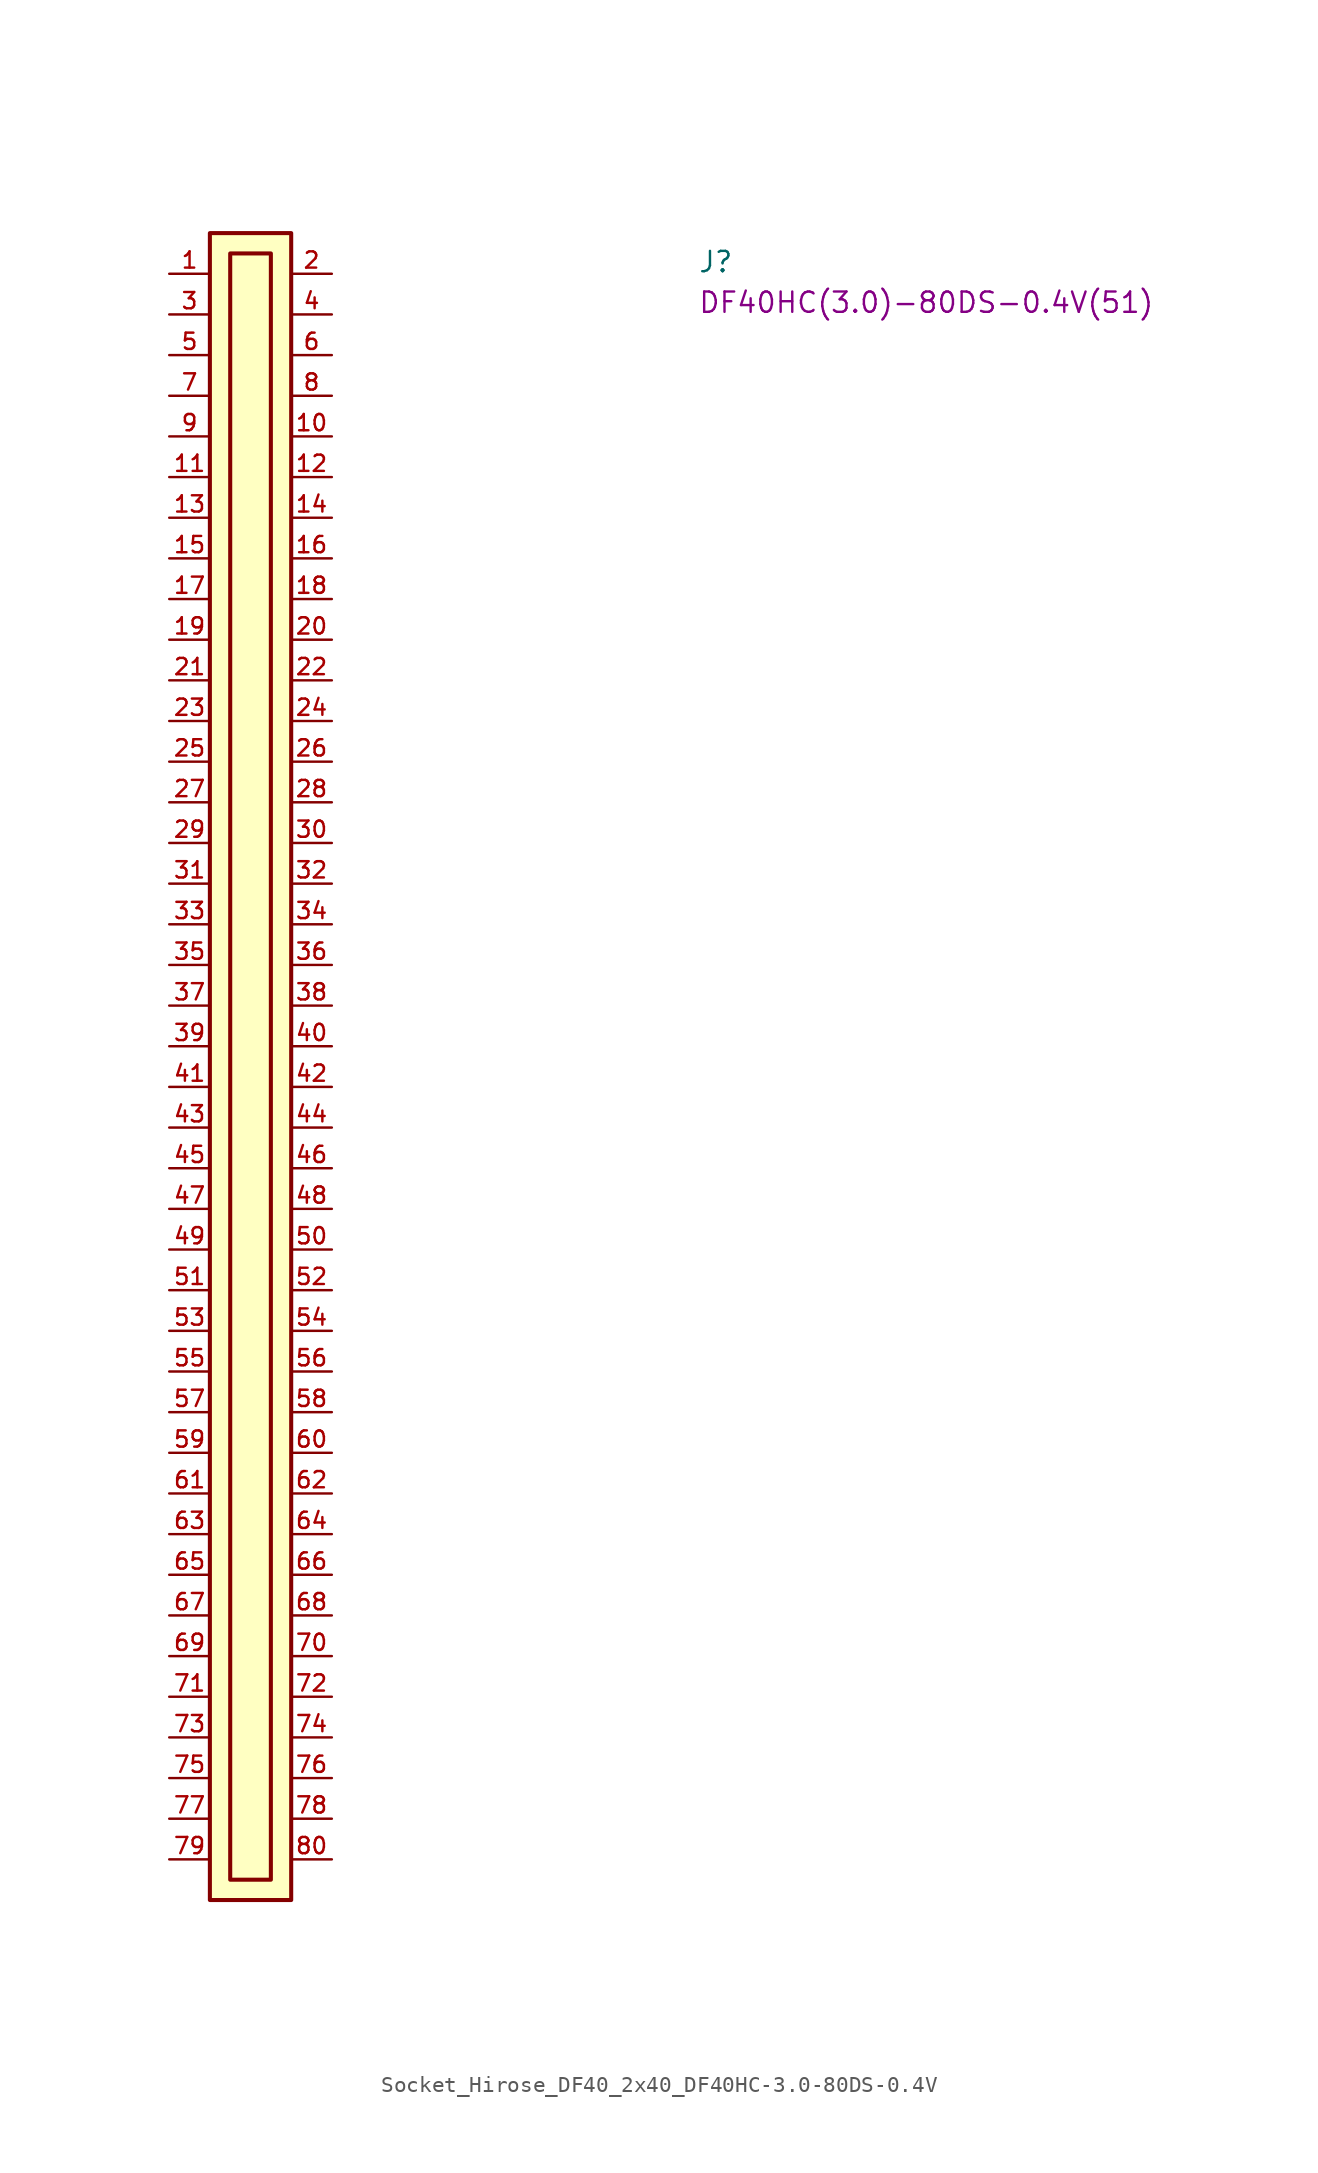
<source format=kicad_sym>
(kicad_symbol_lib
  (version 20220914)
  (generator kicad_symbol_editor)
  (symbol "Socket_Hirose_DF40_2x40_DF40HC-3.0-80DS-0.4V"
    (pin_names hide)
    (property "Reference" "J"
      (at 33.02 0 0)
      (effects (font (size 1.27 1.27) (thickness 0.15)) (justify left bottom)))
    (property "MPN" "DF40HC(3.0)-80DS-0.4V(51)"
      (at 33.02 -2.54 0)
      (effects (font (size 1.27 1.27) (thickness 0.15)) (justify left bottom)))
    (symbol "Socket_Hirose_DF40_2x40_DF40HC-3.0-80DS-0.4V_0_0"
      (rectangle (start 2.54 2.54) (end 7.62 -101.6) (stroke (width 0.254) (type default)) (fill (type background)))
      (pin passive line (at 0 0 0) (length 2.54) (name "~" (effects (font (size 1.016 1.016)))) (number "1" (effects (font (size 1.016 1.016)))))
      (pin passive line (at 10.16 -10.16 180) (length 2.54) (name "~" (effects (font (size 1.016 1.016)))) (number "10" (effects (font (size 1.016 1.016)))))
      (pin passive line (at 0 -12.7 0) (length 2.54) (name "~" (effects (font (size 1.016 1.016)))) (number "11" (effects (font (size 1.016 1.016)))))
      (pin passive line (at 10.16 -12.7 180) (length 2.54) (name "~" (effects (font (size 1.016 1.016)))) (number "12" (effects (font (size 1.016 1.016)))))
      (pin passive line (at 0 -15.24 0) (length 2.54) (name "~" (effects (font (size 1.016 1.016)))) (number "13" (effects (font (size 1.016 1.016)))))
      (pin passive line (at 10.16 -15.24 180) (length 2.54) (name "~" (effects (font (size 1.016 1.016)))) (number "14" (effects (font (size 1.016 1.016)))))
      (pin passive line (at 0 -17.78 0) (length 2.54) (name "~" (effects (font (size 1.016 1.016)))) (number "15" (effects (font (size 1.016 1.016)))))
      (pin passive line (at 10.16 -17.78 180) (length 2.54) (name "~" (effects (font (size 1.016 1.016)))) (number "16" (effects (font (size 1.016 1.016)))))
      (pin passive line (at 0 -20.32 0) (length 2.54) (name "~" (effects (font (size 1.016 1.016)))) (number "17" (effects (font (size 1.016 1.016)))))
      (pin passive line (at 10.16 -20.32 180) (length 2.54) (name "~" (effects (font (size 1.016 1.016)))) (number "18" (effects (font (size 1.016 1.016)))))
      (pin passive line (at 0 -22.86 0) (length 2.54) (name "~" (effects (font (size 1.016 1.016)))) (number "19" (effects (font (size 1.016 1.016)))))
      (pin passive line (at 10.16 0 180) (length 2.54) (name "~" (effects (font (size 1.016 1.016)))) (number "2" (effects (font (size 1.016 1.016)))))
      (pin passive line (at 10.16 -22.86 180) (length 2.54) (name "~" (effects (font (size 1.016 1.016)))) (number "20" (effects (font (size 1.016 1.016)))))
      (pin passive line (at 0 -25.4 0) (length 2.54) (name "~" (effects (font (size 1.016 1.016)))) (number "21" (effects (font (size 1.016 1.016)))))
      (pin passive line (at 10.16 -25.4 180) (length 2.54) (name "~" (effects (font (size 1.016 1.016)))) (number "22" (effects (font (size 1.016 1.016)))))
      (pin passive line (at 0 -27.94 0) (length 2.54) (name "~" (effects (font (size 1.016 1.016)))) (number "23" (effects (font (size 1.016 1.016)))))
      (pin passive line (at 10.16 -27.94 180) (length 2.54) (name "~" (effects (font (size 1.016 1.016)))) (number "24" (effects (font (size 1.016 1.016)))))
      (pin passive line (at 0 -30.48 0) (length 2.54) (name "~" (effects (font (size 1.016 1.016)))) (number "25" (effects (font (size 1.016 1.016)))))
      (pin passive line (at 10.16 -30.48 180) (length 2.54) (name "~" (effects (font (size 1.016 1.016)))) (number "26" (effects (font (size 1.016 1.016)))))
      (pin passive line (at 0 -33.02 0) (length 2.54) (name "~" (effects (font (size 1.016 1.016)))) (number "27" (effects (font (size 1.016 1.016)))))
      (pin passive line (at 10.16 -33.02 180) (length 2.54) (name "~" (effects (font (size 1.016 1.016)))) (number "28" (effects (font (size 1.016 1.016)))))
      (pin passive line (at 0 -35.56 0) (length 2.54) (name "~" (effects (font (size 1.016 1.016)))) (number "29" (effects (font (size 1.016 1.016)))))
      (pin passive line (at 0 -2.54 0) (length 2.54) (name "~" (effects (font (size 1.016 1.016)))) (number "3" (effects (font (size 1.016 1.016)))))
      (pin passive line (at 10.16 -35.56 180) (length 2.54) (name "~" (effects (font (size 1.016 1.016)))) (number "30" (effects (font (size 1.016 1.016)))))
      (pin passive line (at 0 -38.1 0) (length 2.54) (name "~" (effects (font (size 1.016 1.016)))) (number "31" (effects (font (size 1.016 1.016)))))
      (pin passive line (at 10.16 -38.1 180) (length 2.54) (name "~" (effects (font (size 1.016 1.016)))) (number "32" (effects (font (size 1.016 1.016)))))
      (pin passive line (at 0 -40.64 0) (length 2.54) (name "~" (effects (font (size 1.016 1.016)))) (number "33" (effects (font (size 1.016 1.016)))))
      (pin passive line (at 10.16 -40.64 180) (length 2.54) (name "~" (effects (font (size 1.016 1.016)))) (number "34" (effects (font (size 1.016 1.016)))))
      (pin passive line (at 0 -43.18 0) (length 2.54) (name "~" (effects (font (size 1.016 1.016)))) (number "35" (effects (font (size 1.016 1.016)))))
      (pin passive line (at 10.16 -43.18 180) (length 2.54) (name "~" (effects (font (size 1.016 1.016)))) (number "36" (effects (font (size 1.016 1.016)))))
      (pin passive line (at 0 -45.72 0) (length 2.54) (name "~" (effects (font (size 1.016 1.016)))) (number "37" (effects (font (size 1.016 1.016)))))
      (pin passive line (at 10.16 -45.72 180) (length 2.54) (name "~" (effects (font (size 1.016 1.016)))) (number "38" (effects (font (size 1.016 1.016)))))
      (pin passive line (at 0 -48.26 0) (length 2.54) (name "~" (effects (font (size 1.016 1.016)))) (number "39" (effects (font (size 1.016 1.016)))))
      (pin passive line (at 10.16 -2.54 180) (length 2.54) (name "~" (effects (font (size 1.016 1.016)))) (number "4" (effects (font (size 1.016 1.016)))))
      (pin passive line (at 10.16 -48.26 180) (length 2.54) (name "~" (effects (font (size 1.016 1.016)))) (number "40" (effects (font (size 1.016 1.016)))))
      (pin passive line (at 0 -50.8 0) (length 2.54) (name "~" (effects (font (size 1.016 1.016)))) (number "41" (effects (font (size 1.016 1.016)))))
      (pin passive line (at 10.16 -50.8 180) (length 2.54) (name "~" (effects (font (size 1.016 1.016)))) (number "42" (effects (font (size 1.016 1.016)))))
      (pin passive line (at 0 -53.34 0) (length 2.54) (name "~" (effects (font (size 1.016 1.016)))) (number "43" (effects (font (size 1.016 1.016)))))
      (pin passive line (at 10.16 -53.34 180) (length 2.54) (name "~" (effects (font (size 1.016 1.016)))) (number "44" (effects (font (size 1.016 1.016)))))
      (pin passive line (at 0 -55.88 0) (length 2.54) (name "~" (effects (font (size 1.016 1.016)))) (number "45" (effects (font (size 1.016 1.016)))))
      (pin passive line (at 10.16 -55.88 180) (length 2.54) (name "~" (effects (font (size 1.016 1.016)))) (number "46" (effects (font (size 1.016 1.016)))))
      (pin passive line (at 0 -58.42 0) (length 2.54) (name "~" (effects (font (size 1.016 1.016)))) (number "47" (effects (font (size 1.016 1.016)))))
      (pin passive line (at 10.16 -58.42 180) (length 2.54) (name "~" (effects (font (size 1.016 1.016)))) (number "48" (effects (font (size 1.016 1.016)))))
      (pin passive line (at 0 -60.96 0) (length 2.54) (name "~" (effects (font (size 1.016 1.016)))) (number "49" (effects (font (size 1.016 1.016)))))
      (pin passive line (at 0 -5.08 0) (length 2.54) (name "~" (effects (font (size 1.016 1.016)))) (number "5" (effects (font (size 1.016 1.016)))))
      (pin passive line (at 10.16 -60.96 180) (length 2.54) (name "~" (effects (font (size 1.016 1.016)))) (number "50" (effects (font (size 1.016 1.016)))))
      (pin passive line (at 0 -63.5 0) (length 2.54) (name "~" (effects (font (size 1.016 1.016)))) (number "51" (effects (font (size 1.016 1.016)))))
      (pin passive line (at 10.16 -63.5 180) (length 2.54) (name "~" (effects (font (size 1.016 1.016)))) (number "52" (effects (font (size 1.016 1.016)))))
      (pin passive line (at 0 -66.04 0) (length 2.54) (name "~" (effects (font (size 1.016 1.016)))) (number "53" (effects (font (size 1.016 1.016)))))
      (pin passive line (at 10.16 -66.04 180) (length 2.54) (name "~" (effects (font (size 1.016 1.016)))) (number "54" (effects (font (size 1.016 1.016)))))
      (pin passive line (at 0 -68.58 0) (length 2.54) (name "~" (effects (font (size 1.016 1.016)))) (number "55" (effects (font (size 1.016 1.016)))))
      (pin passive line (at 10.16 -68.58 180) (length 2.54) (name "~" (effects (font (size 1.016 1.016)))) (number "56" (effects (font (size 1.016 1.016)))))
      (pin passive line (at 0 -71.12 0) (length 2.54) (name "~" (effects (font (size 1.016 1.016)))) (number "57" (effects (font (size 1.016 1.016)))))
      (pin passive line (at 10.16 -71.12 180) (length 2.54) (name "~" (effects (font (size 1.016 1.016)))) (number "58" (effects (font (size 1.016 1.016)))))
      (pin passive line (at 0 -73.66 0) (length 2.54) (name "~" (effects (font (size 1.016 1.016)))) (number "59" (effects (font (size 1.016 1.016)))))
      (pin passive line (at 10.16 -5.08 180) (length 2.54) (name "~" (effects (font (size 1.016 1.016)))) (number "6" (effects (font (size 1.016 1.016)))))
      (pin passive line (at 10.16 -73.66 180) (length 2.54) (name "~" (effects (font (size 1.016 1.016)))) (number "60" (effects (font (size 1.016 1.016)))))
      (pin passive line (at 0 -76.2 0) (length 2.54) (name "~" (effects (font (size 1.016 1.016)))) (number "61" (effects (font (size 1.016 1.016)))))
      (pin passive line (at 10.16 -76.2 180) (length 2.54) (name "~" (effects (font (size 1.016 1.016)))) (number "62" (effects (font (size 1.016 1.016)))))
      (pin passive line (at 0 -78.74 0) (length 2.54) (name "~" (effects (font (size 1.016 1.016)))) (number "63" (effects (font (size 1.016 1.016)))))
      (pin passive line (at 10.16 -78.74 180) (length 2.54) (name "~" (effects (font (size 1.016 1.016)))) (number "64" (effects (font (size 1.016 1.016)))))
      (pin passive line (at 0 -81.28 0) (length 2.54) (name "~" (effects (font (size 1.016 1.016)))) (number "65" (effects (font (size 1.016 1.016)))))
      (pin passive line (at 10.16 -81.28 180) (length 2.54) (name "~" (effects (font (size 1.016 1.016)))) (number "66" (effects (font (size 1.016 1.016)))))
      (pin passive line (at 0 -83.82 0) (length 2.54) (name "~" (effects (font (size 1.016 1.016)))) (number "67" (effects (font (size 1.016 1.016)))))
      (pin passive line (at 10.16 -83.82 180) (length 2.54) (name "~" (effects (font (size 1.016 1.016)))) (number "68" (effects (font (size 1.016 1.016)))))
      (pin passive line (at 0 -86.36 0) (length 2.54) (name "~" (effects (font (size 1.016 1.016)))) (number "69" (effects (font (size 1.016 1.016)))))
      (pin passive line (at 0 -7.62 0) (length 2.54) (name "~" (effects (font (size 1.016 1.016)))) (number "7" (effects (font (size 1.016 1.016)))))
      (pin passive line (at 10.16 -86.36 180) (length 2.54) (name "~" (effects (font (size 1.016 1.016)))) (number "70" (effects (font (size 1.016 1.016)))))
      (pin passive line (at 0 -88.9 0) (length 2.54) (name "~" (effects (font (size 1.016 1.016)))) (number "71" (effects (font (size 1.016 1.016)))))
      (pin passive line (at 10.16 -88.9 180) (length 2.54) (name "~" (effects (font (size 1.016 1.016)))) (number "72" (effects (font (size 1.016 1.016)))))
      (pin passive line (at 0 -91.44 0) (length 2.54) (name "~" (effects (font (size 1.016 1.016)))) (number "73" (effects (font (size 1.016 1.016)))))
      (pin passive line (at 10.16 -91.44 180) (length 2.54) (name "~" (effects (font (size 1.016 1.016)))) (number "74" (effects (font (size 1.016 1.016)))))
      (pin passive line (at 0 -93.98 0) (length 2.54) (name "~" (effects (font (size 1.016 1.016)))) (number "75" (effects (font (size 1.016 1.016)))))
      (pin passive line (at 10.16 -93.98 180) (length 2.54) (name "~" (effects (font (size 1.016 1.016)))) (number "76" (effects (font (size 1.016 1.016)))))
      (pin passive line (at 0 -96.52 0) (length 2.54) (name "~" (effects (font (size 1.016 1.016)))) (number "77" (effects (font (size 1.016 1.016)))))
      (pin passive line (at 10.16 -96.52 180) (length 2.54) (name "~" (effects (font (size 1.016 1.016)))) (number "78" (effects (font (size 1.016 1.016)))))
      (pin passive line (at 0 -99.06 0) (length 2.54) (name "~" (effects (font (size 1.016 1.016)))) (number "79" (effects (font (size 1.016 1.016)))))
      (pin passive line (at 10.16 -7.62 180) (length 2.54) (name "~" (effects (font (size 1.016 1.016)))) (number "8" (effects (font (size 1.016 1.016)))))
      (pin passive line (at 10.16 -99.06 180) (length 2.54) (name "~" (effects (font (size 1.016 1.016)))) (number "80" (effects (font (size 1.016 1.016)))))
      (pin passive line (at 0 -10.16 0) (length 2.54) (name "~" (effects (font (size 1.016 1.016)))) (number "9" (effects (font (size 1.016 1.016))))))
    (symbol "Socket_Hirose_DF40_2x40_DF40HC-3.0-80DS-0.4V_0_1"
      (rectangle (start 3.81 1.27) (end 6.35 -100.33) (stroke (width 0.254) (type default)) (fill (type none))))))
</source>
